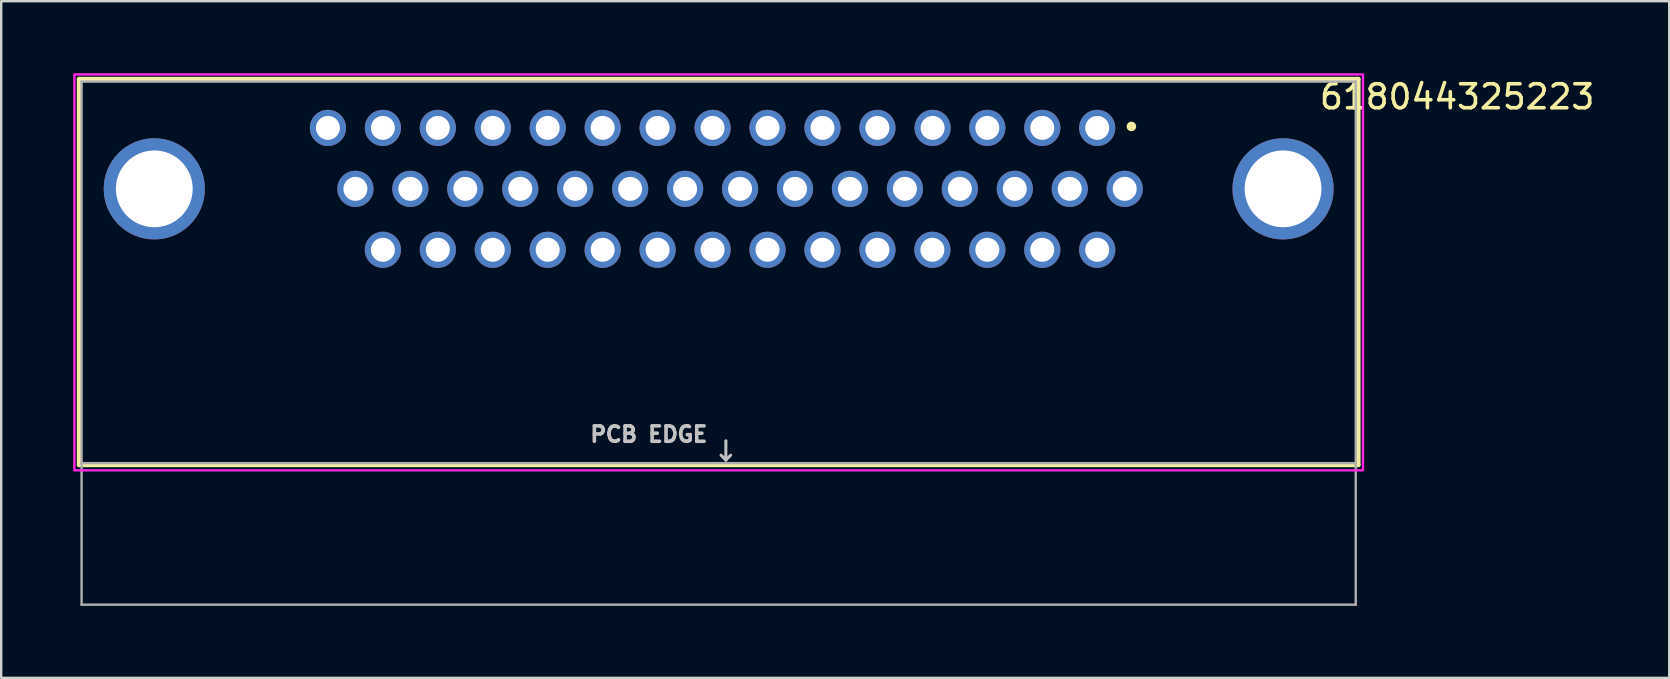
<source format=kicad_pcb>
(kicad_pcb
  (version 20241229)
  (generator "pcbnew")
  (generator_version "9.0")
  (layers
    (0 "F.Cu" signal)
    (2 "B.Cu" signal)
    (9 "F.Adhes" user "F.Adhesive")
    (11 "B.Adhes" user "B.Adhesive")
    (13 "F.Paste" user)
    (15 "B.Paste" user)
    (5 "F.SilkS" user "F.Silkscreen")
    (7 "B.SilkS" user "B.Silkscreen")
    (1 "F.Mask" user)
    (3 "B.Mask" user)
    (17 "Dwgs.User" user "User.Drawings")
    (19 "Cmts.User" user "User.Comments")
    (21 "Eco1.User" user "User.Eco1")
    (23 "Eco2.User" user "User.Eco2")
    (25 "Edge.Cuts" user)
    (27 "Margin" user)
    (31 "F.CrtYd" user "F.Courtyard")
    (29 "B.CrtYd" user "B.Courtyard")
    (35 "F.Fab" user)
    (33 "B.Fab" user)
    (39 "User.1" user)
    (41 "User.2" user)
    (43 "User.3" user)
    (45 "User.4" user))
  (footprint "618044325223"
    (layer "F.Cu")
    (at 26.9 11.25)
    (property "Reference" "618044325223" (at 30.775 -10.265 0) (layer "F.SilkS") (effects (font (size 1 1) (thickness 0.15))))
    (attr through_hole)
    (fp_line (start -26.65 -11) (end 26.65 -11) (stroke (width 0.2) (type solid)) (layer "F.SilkS"))
    (fp_line (start -26.65 5.07) (end -26.65 -11) (stroke (width 0.2) (type solid)) (layer "F.SilkS"))
    (fp_line (start 26.65 -11) (end 26.65 5.07) (stroke (width 0.2) (type solid)) (layer "F.SilkS"))
    (fp_line (start 26.65 5.07) (end -26.65 5.07) (stroke (width 0.2) (type solid)) (layer "F.SilkS"))
    (fp_circle (center 17.2 -9.03) (end 17.3 -9.03) (stroke (width 0.2) (type solid)) (fill no) (layer "F.SilkS"))
    (fp_line (start 0.3 4.07) (end 0.3 4.87) (stroke (width 0.127) (type solid)) (layer "Dwgs.User"))
    (fp_line (start 0.3 4.87) (end 0.1 4.67) (stroke (width 0.127) (type solid)) (layer "Dwgs.User"))
    (fp_line (start 0.3 4.87) (end 0.5 4.67) (stroke (width 0.127) (type solid)) (layer "Dwgs.User"))
    (fp_poly (pts (xy -26.85 -11.2) (xy 26.85 -11.2) (xy 26.85 5.3) (xy -26.85 5.3)) (stroke (width 0.1) (type solid)) (fill no) (layer "F.CrtYd"))
    (fp_line (start -26.55 -10.9) (end 26.55 -10.9) (stroke (width 0.1) (type solid)) (layer "F.Fab"))
    (fp_line (start -26.55 5) (end -26.55 -10.9) (stroke (width 0.1) (type solid)) (layer "F.Fab"))
    (fp_line (start -26.55 10.9) (end -26.55 5) (stroke (width 0.1) (type solid)) (layer "F.Fab"))
    (fp_line (start 26.55 -10.9) (end 26.55 5) (stroke (width 0.1) (type solid)) (layer "F.Fab"))
    (fp_line (start 26.55 5) (end -26.55 5) (stroke (width 0.1) (type solid)) (layer "F.Fab"))
    (fp_line (start 26.55 5) (end 26.55 10.9) (stroke (width 0.1) (type solid)) (layer "F.Fab"))
    (fp_line (start 26.55 10.9) (end -26.55 10.9) (stroke (width 0.1) (type solid)) (layer "F.Fab"))
    (fp_text user "PCB EDGE" (at -2.91 3.8 0) (layer "Dwgs.User") (effects (font (size 0.64 0.64) (thickness 0.15))))
    (pad "1" thru_hole circle (at 15.776 -8.97) (size 1.508 1.508) (drill 1) (layers "*.Cu" "*.Mask"))
    (pad "2" thru_hole circle (at 13.486 -8.97) (size 1.508 1.508) (drill 1) (layers "*.Cu" "*.Mask"))
    (pad "3" thru_hole circle (at 11.196 -8.97) (size 1.508 1.508) (drill 1) (layers "*.Cu" "*.Mask"))
    (pad "4" thru_hole circle (at 8.916 -8.97) (size 1.508 1.508) (drill 1) (layers "*.Cu" "*.Mask"))
    (pad "5" thru_hole circle (at 6.616 -8.97) (size 1.508 1.508) (drill 1) (layers "*.Cu" "*.Mask"))
    (pad "6" thru_hole circle (at 4.326 -8.97) (size 1.508 1.508) (drill 1) (layers "*.Cu" "*.Mask"))
    (pad "7" thru_hole circle (at 2.036 -8.97) (size 1.508 1.508) (drill 1) (layers "*.Cu" "*.Mask"))
    (pad "8" thru_hole circle (at -0.254 -8.97) (size 1.508 1.508) (drill 1) (layers "*.Cu" "*.Mask"))
    (pad "9" thru_hole circle (at -2.544 -8.97) (size 1.508 1.508) (drill 1) (layers "*.Cu" "*.Mask"))
    (pad "10" thru_hole circle (at -4.834 -8.97) (size 1.508 1.508) (drill 1) (layers "*.Cu" "*.Mask"))
    (pad "11" thru_hole circle (at -7.124 -8.97) (size 1.508 1.508) (drill 1) (layers "*.Cu" "*.Mask"))
    (pad "12" thru_hole circle (at -9.414 -8.97) (size 1.508 1.508) (drill 1) (layers "*.Cu" "*.Mask"))
    (pad "13" thru_hole circle (at -11.704 -8.97) (size 1.508 1.508) (drill 1) (layers "*.Cu" "*.Mask"))
    (pad "14" thru_hole circle (at -13.994 -8.97) (size 1.508 1.508) (drill 1) (layers "*.Cu" "*.Mask"))
    (pad "15" thru_hole circle (at -16.284 -8.97) (size 1.508 1.508) (drill 1) (layers "*.Cu" "*.Mask"))
    (pad "16" thru_hole circle (at 16.921 -6.43) (size 1.508 1.508) (drill 1) (layers "*.Cu" "*.Mask"))
    (pad "17" thru_hole circle (at 14.631 -6.43) (size 1.508 1.508) (drill 1) (layers "*.Cu" "*.Mask"))
    (pad "18" thru_hole circle (at 12.341 -6.43) (size 1.508 1.508) (drill 1) (layers "*.Cu" "*.Mask"))
    (pad "19" thru_hole circle (at 10.051 -6.43) (size 1.508 1.508) (drill 1) (layers "*.Cu" "*.Mask"))
    (pad "20" thru_hole circle (at 7.761 -6.43) (size 1.508 1.508) (drill 1) (layers "*.Cu" "*.Mask"))
    (pad "21" thru_hole circle (at 5.471 -6.43) (size 1.508 1.508) (drill 1) (layers "*.Cu" "*.Mask"))
    (pad "22" thru_hole circle (at 3.181 -6.43) (size 1.508 1.508) (drill 1) (layers "*.Cu" "*.Mask"))
    (pad "23" thru_hole circle (at 0.891 -6.43) (size 1.508 1.508) (drill 1) (layers "*.Cu" "*.Mask"))
    (pad "24" thru_hole circle (at -1.399 -6.43) (size 1.508 1.508) (drill 1) (layers "*.Cu" "*.Mask"))
    (pad "25" thru_hole circle (at -3.689 -6.43) (size 1.508 1.508) (drill 1) (layers "*.Cu" "*.Mask"))
    (pad "26" thru_hole circle (at -5.979 -6.43) (size 1.508 1.508) (drill 1) (layers "*.Cu" "*.Mask"))
    (pad "27" thru_hole circle (at -8.269 -6.43) (size 1.508 1.508) (drill 1) (layers "*.Cu" "*.Mask"))
    (pad "28" thru_hole circle (at -10.559 -6.43) (size 1.508 1.508) (drill 1) (layers "*.Cu" "*.Mask"))
    (pad "29" thru_hole circle (at -12.849 -6.43) (size 1.508 1.508) (drill 1) (layers "*.Cu" "*.Mask"))
    (pad "30" thru_hole circle (at -15.139 -6.43) (size 1.508 1.508) (drill 1) (layers "*.Cu" "*.Mask"))
    (pad "31" thru_hole circle (at 15.776 -3.89) (size 1.508 1.508) (drill 1) (layers "*.Cu" "*.Mask"))
    (pad "32" thru_hole circle (at 13.486 -3.89) (size 1.508 1.508) (drill 1) (layers "*.Cu" "*.Mask"))
    (pad "33" thru_hole circle (at 11.196 -3.89) (size 1.508 1.508) (drill 1) (layers "*.Cu" "*.Mask"))
    (pad "34" thru_hole circle (at 8.906 -3.89) (size 1.508 1.508) (drill 1) (layers "*.Cu" "*.Mask"))
    (pad "35" thru_hole circle (at 6.616 -3.89) (size 1.508 1.508) (drill 1) (layers "*.Cu" "*.Mask"))
    (pad "36" thru_hole circle (at 4.326 -3.89) (size 1.508 1.508) (drill 1) (layers "*.Cu" "*.Mask"))
    (pad "37" thru_hole circle (at 2.036 -3.89) (size 1.508 1.508) (drill 1) (layers "*.Cu" "*.Mask"))
    (pad "38" thru_hole circle (at -0.254 -3.89) (size 1.508 1.508) (drill 1) (layers "*.Cu" "*.Mask"))
    (pad "39" thru_hole circle (at -2.544 -3.89) (size 1.508 1.508) (drill 1) (layers "*.Cu" "*.Mask"))
    (pad "40" thru_hole circle (at -4.834 -3.89) (size 1.508 1.508) (drill 1) (layers "*.Cu" "*.Mask"))
    (pad "41" thru_hole circle (at -7.124 -3.89) (size 1.508 1.508) (drill 1) (layers "*.Cu" "*.Mask"))
    (pad "42" thru_hole circle (at -9.414 -3.89) (size 1.508 1.508) (drill 1) (layers "*.Cu" "*.Mask"))
    (pad "43" thru_hole circle (at -11.704 -3.89) (size 1.508 1.508) (drill 1) (layers "*.Cu" "*.Mask"))
    (pad "44" thru_hole circle (at -13.994 -3.89) (size 1.508 1.508) (drill 1) (layers "*.Cu" "*.Mask"))
    (pad "S1" thru_hole circle (at -23.52 -6.43) (size 4.216 4.216) (drill 3.2) (layers "*.Cu" "*.Mask"))
    (pad "S2" thru_hole circle (at 23.52 -6.43) (size 4.216 4.216) (drill 3.2) (layers "*.Cu" "*.Mask")))
  (gr_rect
    (start -3 -3)
    (end 66.514 25.2)
    (stroke (width 0.1) (type default))
    (fill no)
    (layer "Edge.Cuts")))
</source>
